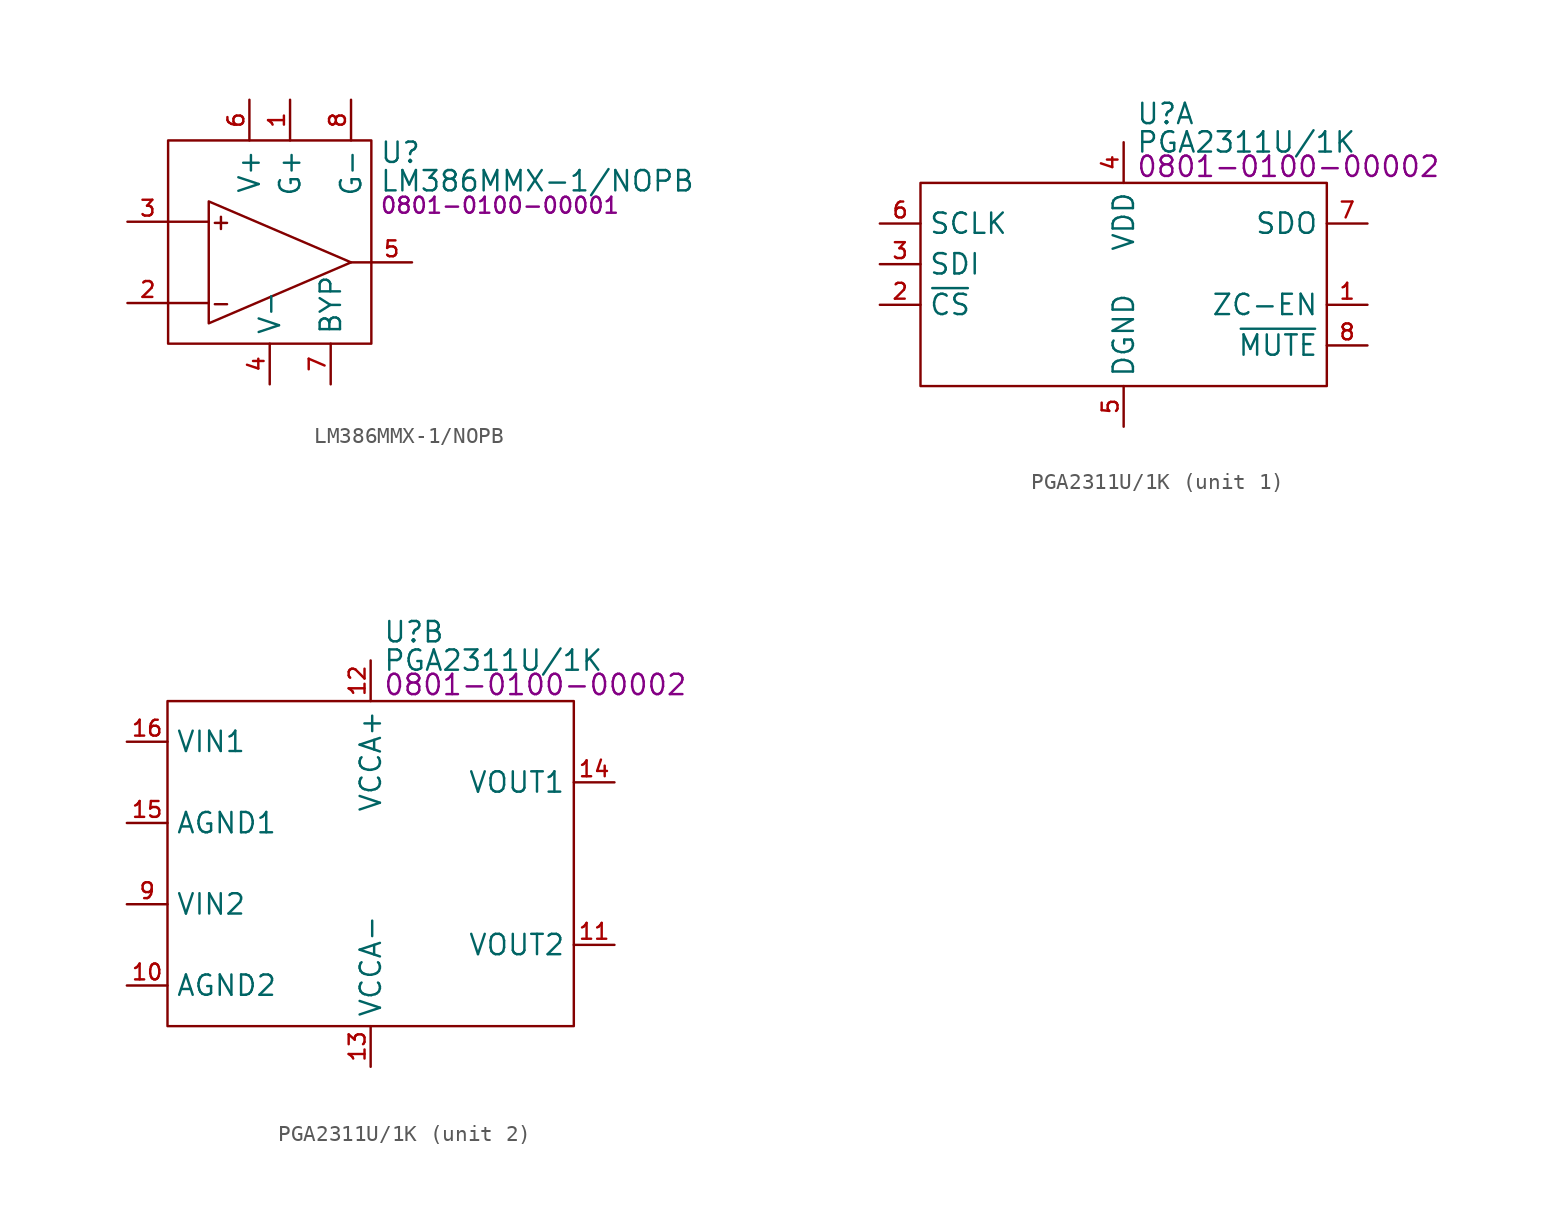
<source format=kicad_sym>
(kicad_symbol_lib
  (version 20231120)
  (generator "kicad_symbol_editor")
  (generator_version "8.0")
  (symbol "LM386MMX-1/NOPB"
    (property "Reference" "U"
      (at 10.668 6.858 0)
      (effects (font (size 1.27 1.27)) (justify left)))
    (property "Value" "LM386MMX-1/NOPB"
      (at 10.668 5.08 0)
      (effects (font (size 1.27 1.27)) (justify left)))
    (property "PartNumber" "0801-0100-00001"
      (at 10.668 3.556 0)
      (effects (font (size 1 1)) (justify left)))
    (symbol "LM386MMX-1/NOPB_0_0"
      (rectangle (start -2.54 7.62) (end 10.16 -5.08) (stroke (width 0) (type default)) (fill (type none)))
      (polyline (pts (xy -2.54 -2.54) (xy 0 -2.54)) (stroke (width 0) (type default)) (fill (type none)))
      (polyline (pts (xy -2.54 2.54) (xy 0 2.54)) (stroke (width 0) (type default)) (fill (type none)))
      (polyline (pts (xy 8.89 0) (xy 10.16 0)) (stroke (width 0) (type default)) (fill (type none)))
      (pin input line (at -5.08 -2.54 0) (length 2.54) (name "IN-" (effects (font (size 0 0)))) (number "2" (effects (font (size 0.991 0.991)))))
      (pin input line (at -5.08 2.54 0) (length 2.54) (name "IN+" (effects (font (size 0 0)))) (number "3" (effects (font (size 0.991 0.991))))))
    (symbol "LM386MMX-1/NOPB_1_0"
      (text "+" (at 0.762 2.54 0) (effects (font (size 1 1))))
      (text "-" (at 0.762 -2.54 0) (effects (font (size 1 1))))
      (pin input line (at 5.08 10.16 270) (length 2.54) (name "G+" (effects (font (size 1.27 1.27)))) (number "1" (effects (font (size 0.991 0.991)))))
      (pin power_in line (at 3.81 -7.62 90) (length 2.54) (name "V-" (effects (font (size 1.27 1.27)))) (number "4" (effects (font (size 0.991 0.991)))))
      (pin output line (at 12.7 0 180) (length 2.54) (name "VOUT" (effects (font (size 0 0)))) (number "5" (effects (font (size 0.991 0.991)))))
      (pin power_in line (at 2.54 10.16 270) (length 2.54) (name "V+" (effects (font (size 1.27 1.27)))) (number "6" (effects (font (size 0.991 0.991)))))
      (pin input line (at 7.62 -7.62 90) (length 2.54) (name "BYP" (effects (font (size 1.27 1.27)))) (number "7" (effects (font (size 0.991 0.991)))))
      (pin input line (at 8.89 10.16 270) (length 2.54) (name "G-" (effects (font (size 1.27 1.27)))) (number "8" (effects (font (size 0.991 0.991))))))
    (symbol "LM386MMX-1/NOPB_1_1"
      (polyline (pts (xy 0 3.81) (xy 8.89 0) (xy 0 -3.81) (xy 0 3.81)) (stroke (width 0) (type default)) (fill (type none)))))
  (symbol "PGA2311U/1K"
    (property "Reference" "U"
      (at 13.462 4.318 0)
      (effects (font (size 1.27 1.27)) (justify left)))
    (property "Value" "PGA2311U/1K"
      (at 13.462 2.54 0)
      (effects (font (size 1.27 1.27)) (justify left)))
    (property "PartNumber" "0801-0100-00002"
      (at 13.462 1.016 0)
      (effects (font (size 1.27 1.27)) (justify left)))
    (property "ki_locked" ""
      (at 0 0 0)
      (effects (font (size 1.27 1.27))))
    (symbol "PGA2311U/1K_1_0"
      (pin input line (at 27.94 -7.62 180) (length 2.54) (name "ZC-EN" (effects (font (size 1.27 1.27)))) (number "1" (effects (font (size 0.991 0.991)))))
      (pin input line (at -2.54 -7.62 0) (length 2.54) (name "~{CS}" (effects (font (size 1.27 1.27)))) (number "2" (effects (font (size 0.991 0.991)))))
      (pin input line (at -2.54 -5.08 0) (length 2.54) (name "SDI" (effects (font (size 1.27 1.27)))) (number "3" (effects (font (size 0.991 0.991)))))
      (pin power_in line (at 12.7 2.54 270) (length 2.54) (name "VDD" (effects (font (size 1.27 1.27)))) (number "4" (effects (font (size 0.991 0.991)))))
      (pin power_in line (at 12.7 -15.24 90) (length 2.54) (name "DGND" (effects (font (size 1.27 1.27)))) (number "5" (effects (font (size 0.991 0.991)))))
      (pin input line (at -2.54 -2.54 0) (length 2.54) (name "SCLK" (effects (font (size 1.27 1.27)))) (number "6" (effects (font (size 0.991 0.991)))))
      (pin output line (at 27.94 -2.54 180) (length 2.54) (name "SDO" (effects (font (size 1.27 1.27)))) (number "7" (effects (font (size 0.991 0.991)))))
      (pin input line (at 27.94 -10.16 180) (length 2.54) (name "~{MUTE}" (effects (font (size 1.27 1.27)))) (number "8" (effects (font (size 0.991 0.991))))))
    (symbol "PGA2311U/1K_1_1"
      (rectangle (start 0 0) (end 25.4 -12.7) (stroke (width 0) (type default)) (fill (type none))))
    (symbol "PGA2311U/1K_2_0"
      (pin power_in line (at -2.54 -17.78 0) (length 2.54) (name "AGND2" (effects (font (size 1.27 1.27)))) (number "10" (effects (font (size 0.991 0.991)))))
      (pin output line (at 27.94 -15.24 180) (length 2.54) (name "VOUT2" (effects (font (size 1.27 1.27)))) (number "11" (effects (font (size 0.991 0.991)))))
      (pin power_in line (at 12.7 2.54 270) (length 2.54) (name "VCCA+" (effects (font (size 1.27 1.27)))) (number "12" (effects (font (size 0.991 0.991)))))
      (pin power_in line (at 12.7 -22.86 90) (length 2.54) (name "VCCA-" (effects (font (size 1.27 1.27)))) (number "13" (effects (font (size 0.991 0.991)))))
      (pin output line (at 27.94 -5.08 180) (length 2.54) (name "VOUT1" (effects (font (size 1.27 1.27)))) (number "14" (effects (font (size 0.991 0.991)))))
      (pin power_in line (at -2.54 -7.62 0) (length 2.54) (name "AGND1" (effects (font (size 1.27 1.27)))) (number "15" (effects (font (size 0.991 0.991)))))
      (pin input line (at -2.54 -2.54 0) (length 2.54) (name "VIN1" (effects (font (size 1.27 1.27)))) (number "16" (effects (font (size 0.991 0.991)))))
      (pin input line (at -2.54 -12.7 0) (length 2.54) (name "VIN2" (effects (font (size 1.27 1.27)))) (number "9" (effects (font (size 0.991 0.991))))))
    (symbol "PGA2311U/1K_2_1"
      (rectangle (start 0 0) (end 25.4 -20.32) (stroke (width 0) (type default)) (fill (type none))))))
</source>
